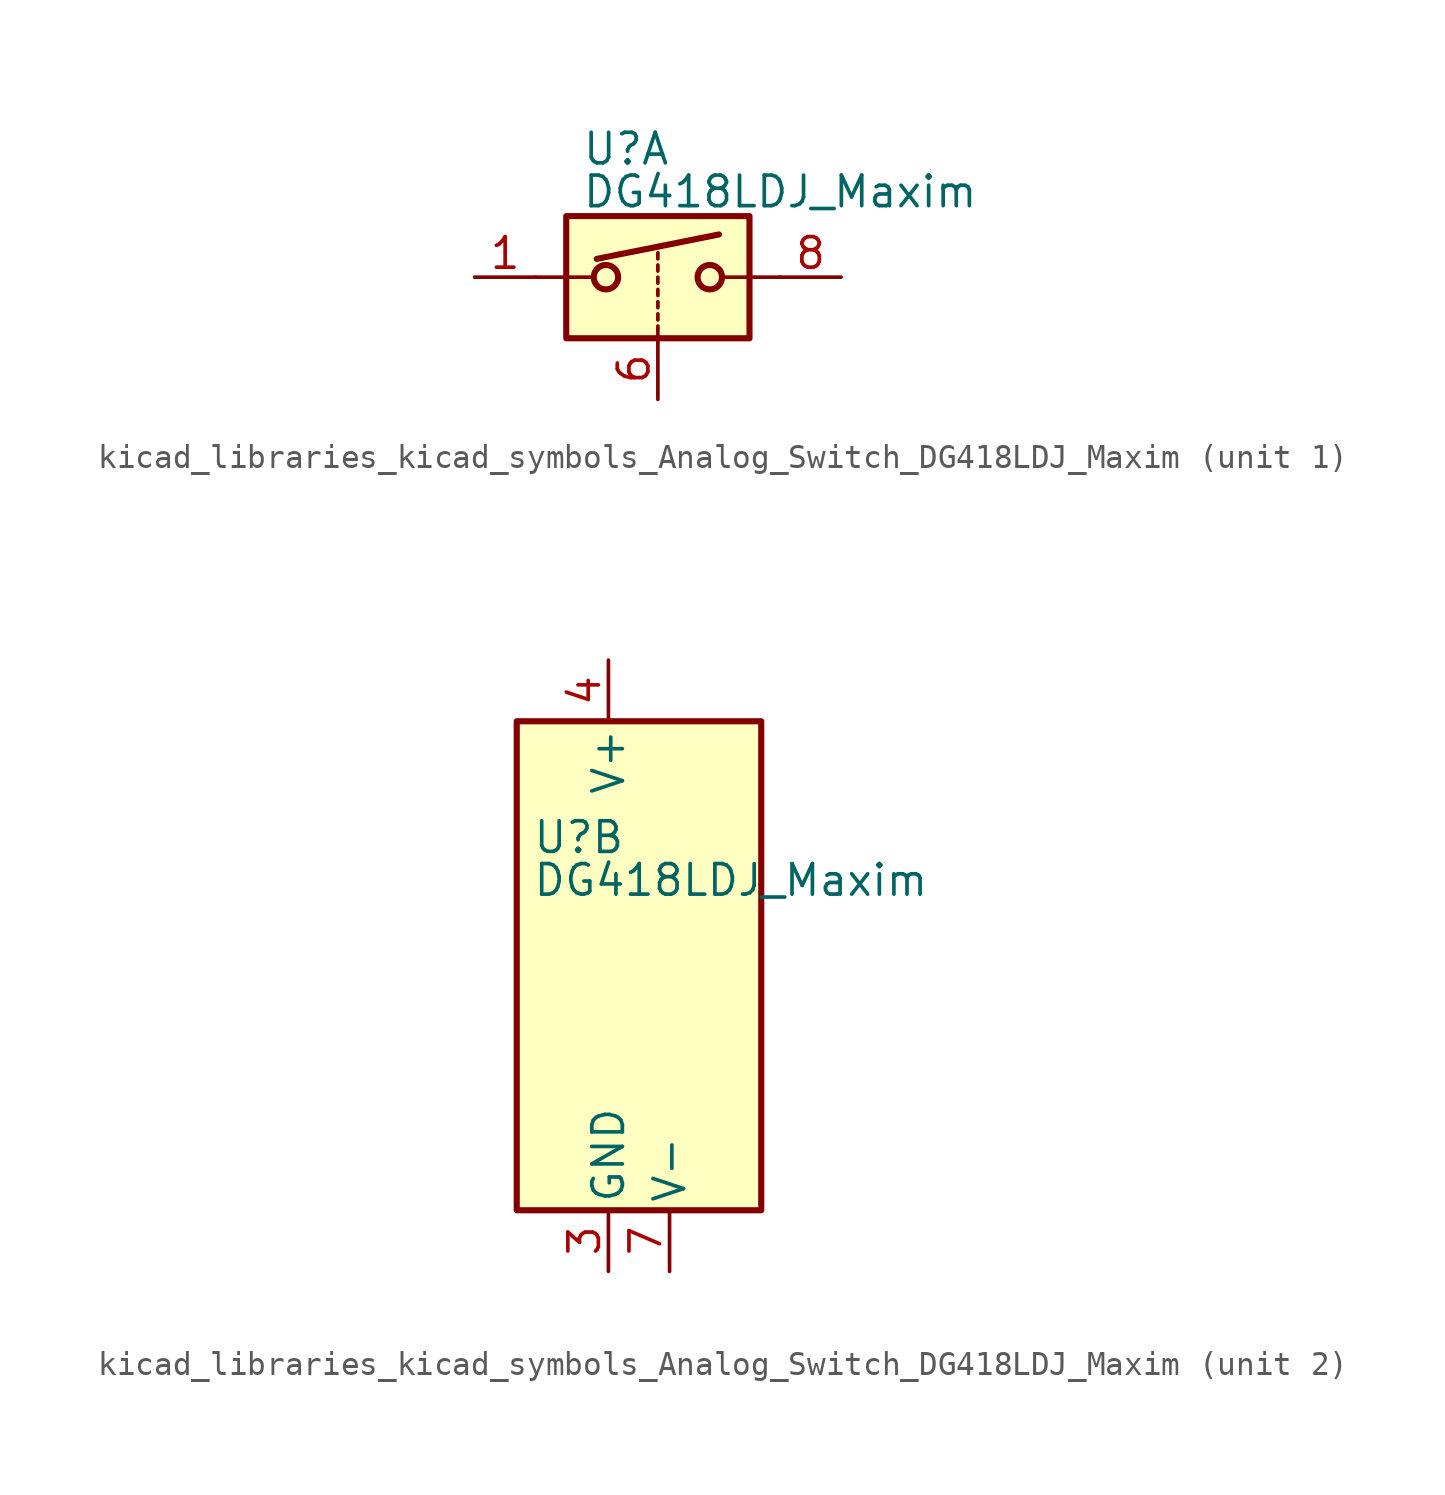
<source format=kicad_sym>
(kicad_symbol_lib
  (version 20220914)
  (generator kicad_symbol_editor)
  (symbol "kicad_libraries_kicad_symbols_Analog_Switch_DG418LDJ_Maxim"
    (pin_names
      (offset 0.254))
    (property "Reference" "U"
      (at -3.175 5.334 0)
      (effects (font (size 1.27 1.27)) (justify left)))
    (property "Value" "DG418LDJ_Maxim"
      (at -3.175 3.556 0)
      (effects (font (size 1.27 1.27)) (justify left)))
    (symbol "kicad_libraries_kicad_symbols_Analog_Switch_DG418LDJ_Maxim_1_1"
      (rectangle (start -3.81 2.54) (end 3.81 -2.54) (stroke (width 0.254) (type default)) (fill (type background)))
      (circle (center -2.159 0) (radius 0.508) (stroke (width 0.254) (type default)) (fill (type none)))
      (polyline (pts (xy -5.08 0) (xy -2.794 0)) (stroke (width 0) (type default)) (fill (type none)))
      (polyline (pts (xy -2.54 0.762) (xy 2.54 1.778)) (stroke (width 0.254) (type default)) (fill (type none)))
      (polyline (pts (xy 0 -2.54) (xy 0 -2.032)) (stroke (width 0) (type default)) (fill (type none)))
      (polyline (pts (xy 0 -1.778) (xy 0 -1.524)) (stroke (width 0) (type default)) (fill (type none)))
      (polyline (pts (xy 0 -1.27) (xy 0 -1.016)) (stroke (width 0) (type default)) (fill (type none)))
      (polyline (pts (xy 0 -0.762) (xy 0 -0.508)) (stroke (width 0) (type default)) (fill (type none)))
      (polyline (pts (xy 0 -0.254) (xy 0 0)) (stroke (width 0) (type default)) (fill (type none)))
      (polyline (pts (xy 0 0.254) (xy 0 0.508)) (stroke (width 0) (type default)) (fill (type none)))
      (polyline (pts (xy 0 0.762) (xy 0 1.016)) (stroke (width 0) (type default)) (fill (type none)))
      (polyline (pts (xy 5.08 0) (xy 2.794 0)) (stroke (width 0) (type default)) (fill (type none)))
      (circle (center 2.159 0) (radius 0.508) (stroke (width 0.254) (type default)) (fill (type none)))
      (pin passive line (at -7.62 0 0) (length 2.54) (name "~" (effects (font (size 1.27 1.27)))) (number "1" (effects (font (size 1.27 1.27)))))
      (pin input line (at 0 -5.08 90) (length 2.54) (name "~" (effects (font (size 1.27 1.27)))) (number "6" (effects (font (size 1.27 1.27)))))
      (pin passive line (at 7.62 0 180) (length 2.54) (name "~" (effects (font (size 1.27 1.27)))) (number "8" (effects (font (size 1.27 1.27))))))
    (symbol "kicad_libraries_kicad_symbols_Analog_Switch_DG418LDJ_Maxim_2_0"
      (pin no_connect line (at -2.54 10.16 270) (length 2.54) hide (name "NC" (effects (font (size 1.27 1.27)))) (number "2" (effects (font (size 1.27 1.27)))))
      (pin power_in line (at 0 -12.7 90) (length 2.54) (name "GND" (effects (font (size 1.27 1.27)))) (number "3" (effects (font (size 1.27 1.27)))))
      (pin power_in line (at 0 12.7 270) (length 2.54) (name "V+" (effects (font (size 1.27 1.27)))) (number "4" (effects (font (size 1.27 1.27)))))
      (pin no_connect line (at 2.54 10.16 270) (length 2.54) hide (name "NC" (effects (font (size 1.27 1.27)))) (number "5" (effects (font (size 1.27 1.27)))))
      (pin power_in line (at 2.54 -12.7 90) (length 2.54) (name "V-" (effects (font (size 1.27 1.27)))) (number "7" (effects (font (size 1.27 1.27))))))
    (symbol "kicad_libraries_kicad_symbols_Analog_Switch_DG418LDJ_Maxim_2_1"
      (rectangle (start -3.81 10.16) (end 6.35 -10.16) (stroke (width 0.254) (type default)) (fill (type background))))))
</source>
